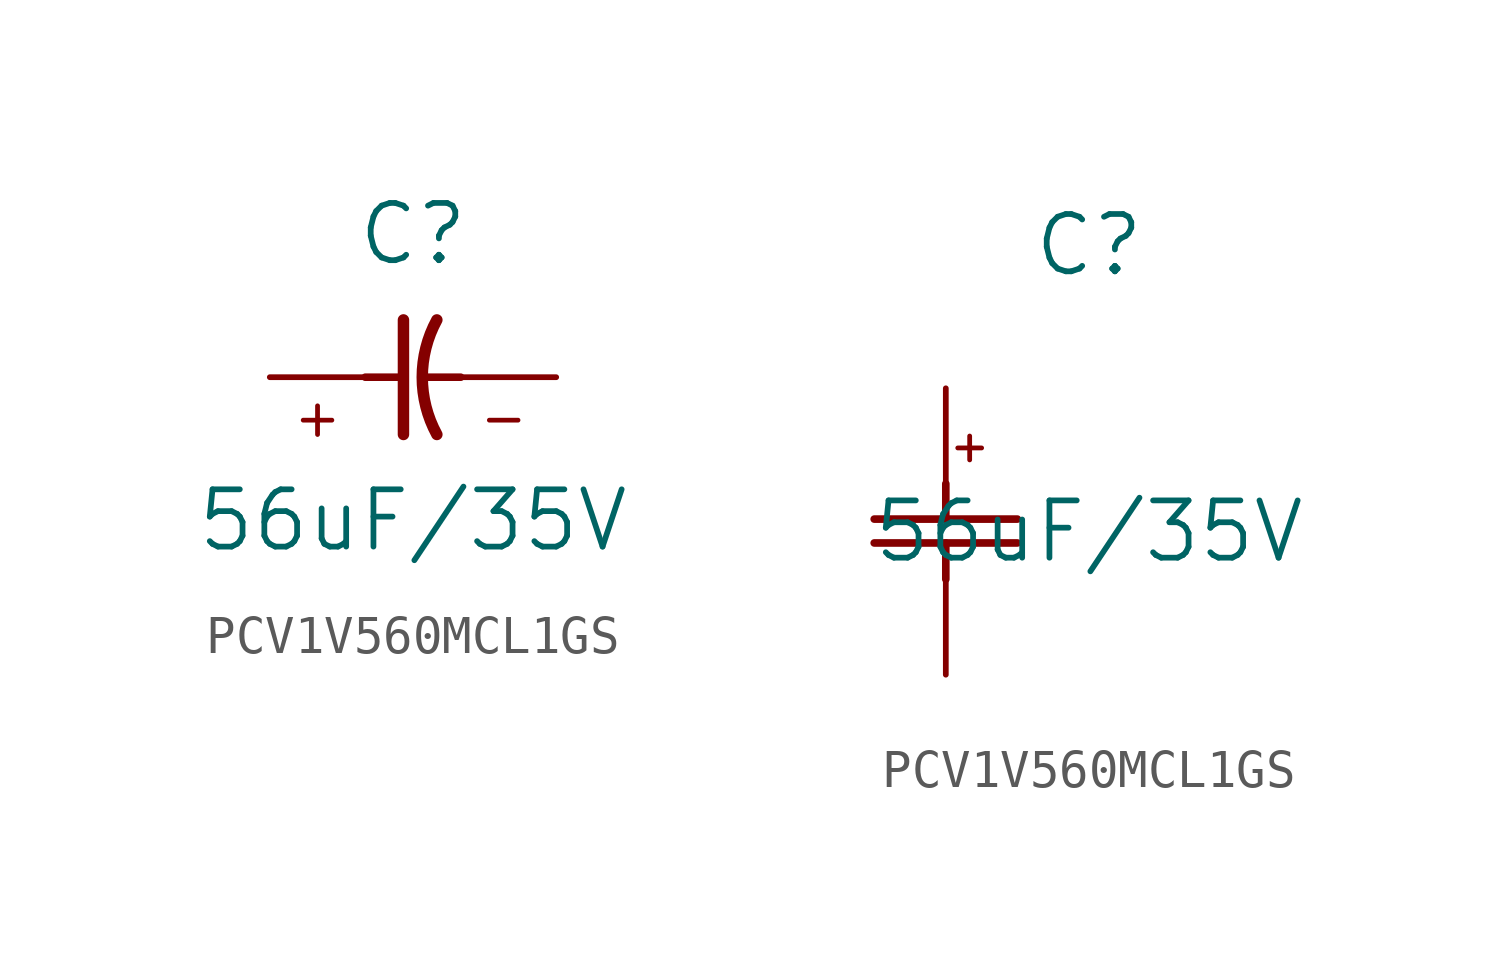
<source format=kicad_sym>
(kicad_symbol_lib
  (version 20231120)
  (generator "kicad_symbol_editor")
  (generator_version "8.0")
  (symbol "PCV1V560MCL1GS"
    (pin_numbers hide)
    (pin_names
      (offset 0.254))
    (property "Reference" "C"
      (at 3.81 3.81 0)
      (effects (font (size 1.524 1.524))))
    (property "Value" "56uF/35V"
      (at 3.81 -3.81 0)
      (effects (font (size 1.524 1.524))))
    (symbol "PCV1V560MCL1GS_0_1"
      (polyline (pts (xy 3.556 -1.524) (xy 3.556 1.524)) (stroke (width 0.305) (type default)) (fill (type none)))
      (arc (start 4.4449 1.524) (mid 4.0563 0) (end 4.4449 -1.524) (stroke (width 0.3048) (type default)) (fill (type none))))
    (symbol "PCV1V560MCL1GS_1_1"
      (polyline (pts (xy 0.889 -1.143) (xy 1.651 -1.143)) (stroke (width 0.127) (type default)) (fill (type none)))
      (polyline (pts (xy 1.27 -1.524) (xy 1.27 -0.762)) (stroke (width 0.127) (type default)) (fill (type none)))
      (polyline (pts (xy 2.54 0) (xy 3.48 0)) (stroke (width 0.203) (type default)) (fill (type none)))
      (polyline (pts (xy 4.115 0) (xy 5.08 0)) (stroke (width 0.203) (type default)) (fill (type none)))
      (polyline (pts (xy 5.842 -1.143) (xy 6.604 -1.143)) (stroke (width 0.127) (type default)) (fill (type none)))
      (pin passive line (at 0 0 0) (length 2.54) (name "" (effects (font (size 1.27 1.27)))) (number "1" (effects (font (size 1.27 1.27)))))
      (pin passive line (at 7.62 0 180) (length 2.54) (name "" (effects (font (size 1.27 1.27)))) (number "2" (effects (font (size 1.27 1.27))))))
    (symbol "PCV1V560MCL1GS_1_2"
      (polyline (pts (xy -1.905 -4.115) (xy 1.905 -4.115)) (stroke (width 0.203) (type default)) (fill (type none)))
      (polyline (pts (xy -1.905 -3.48) (xy 1.905 -3.48)) (stroke (width 0.203) (type default)) (fill (type none)))
      (polyline (pts (xy 0 -4.115) (xy 0 -5.08)) (stroke (width 0.203) (type default)) (fill (type none)))
      (polyline (pts (xy 0 -2.54) (xy 0 -3.48)) (stroke (width 0.203) (type default)) (fill (type none)))
      (polyline (pts (xy 0.318 -1.587) (xy 0.953 -1.587)) (stroke (width 0.127) (type default)) (fill (type none)))
      (polyline (pts (xy 0.635 -1.27) (xy 0.635 -1.905)) (stroke (width 0.127) (type default)) (fill (type none)))
      (pin unspecified line (at 0 0 270) (length 2.54) (name "" (effects (font (size 1.27 1.27)))) (number "1" (effects (font (size 1.27 1.27)))))
      (pin unspecified line (at 0 -7.62 90) (length 2.54) (name "" (effects (font (size 1.27 1.27)))) (number "2" (effects (font (size 1.27 1.27))))))))
</source>
